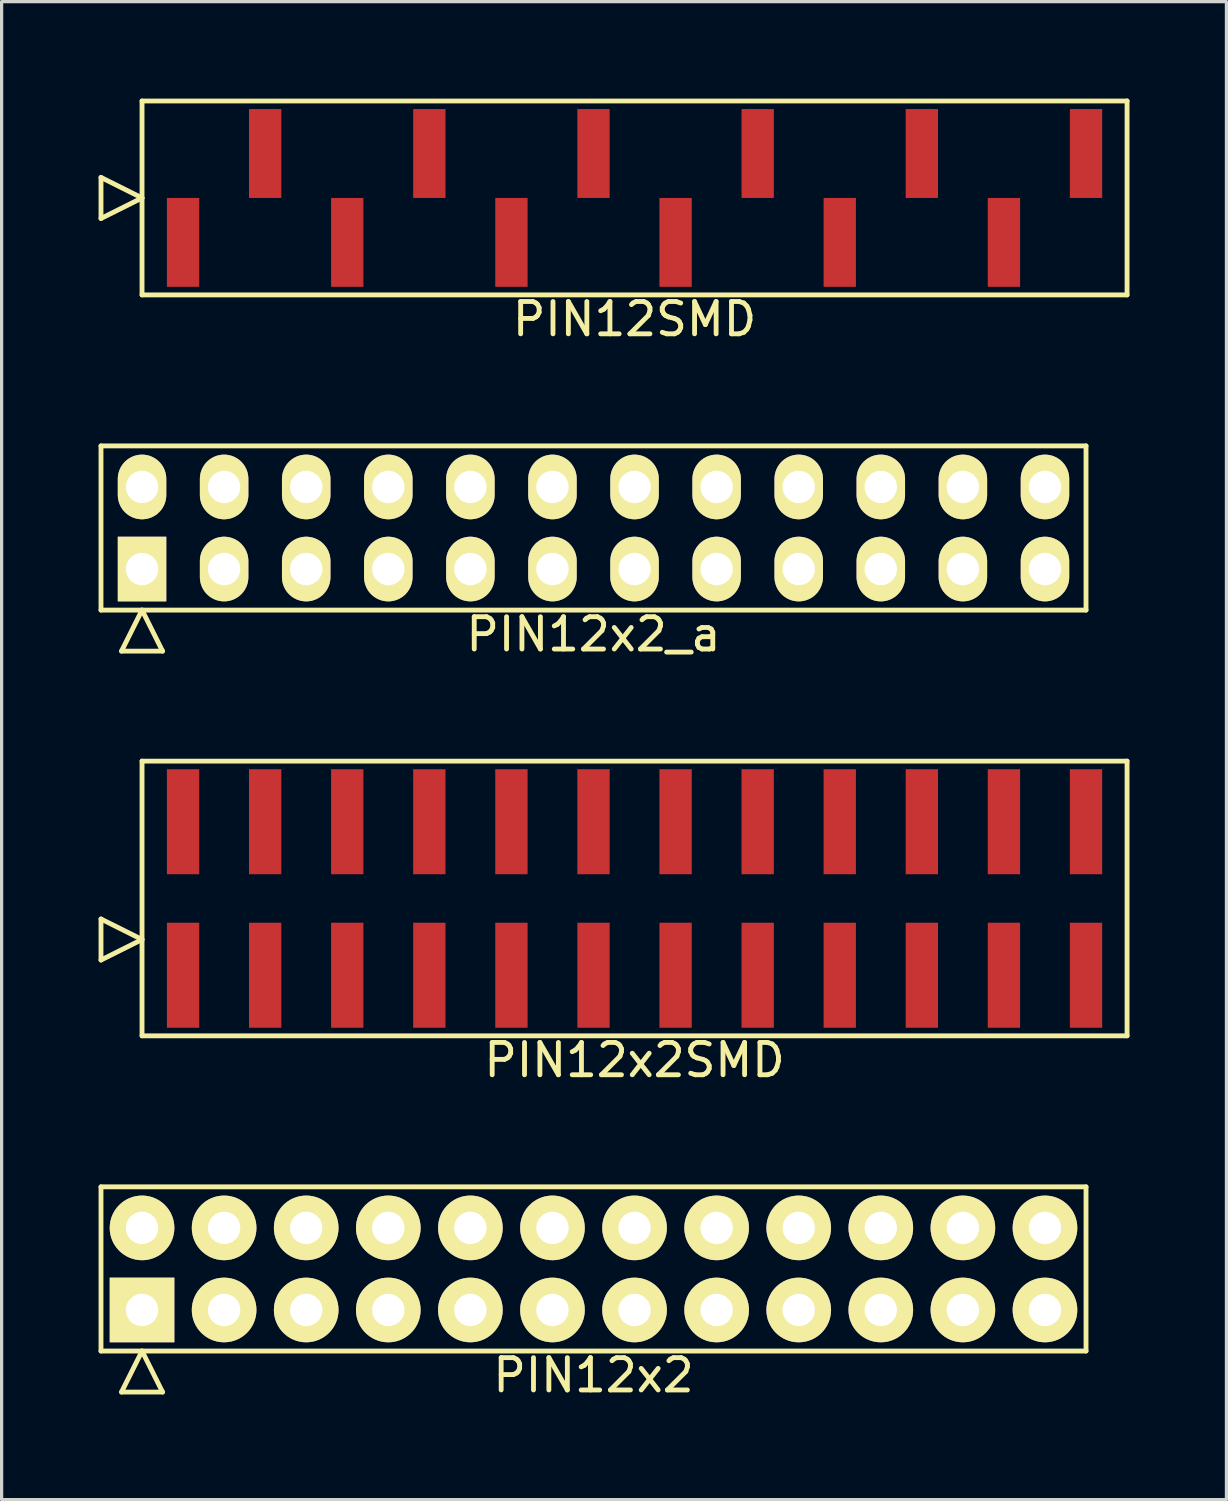
<source format=kicad_pcb>
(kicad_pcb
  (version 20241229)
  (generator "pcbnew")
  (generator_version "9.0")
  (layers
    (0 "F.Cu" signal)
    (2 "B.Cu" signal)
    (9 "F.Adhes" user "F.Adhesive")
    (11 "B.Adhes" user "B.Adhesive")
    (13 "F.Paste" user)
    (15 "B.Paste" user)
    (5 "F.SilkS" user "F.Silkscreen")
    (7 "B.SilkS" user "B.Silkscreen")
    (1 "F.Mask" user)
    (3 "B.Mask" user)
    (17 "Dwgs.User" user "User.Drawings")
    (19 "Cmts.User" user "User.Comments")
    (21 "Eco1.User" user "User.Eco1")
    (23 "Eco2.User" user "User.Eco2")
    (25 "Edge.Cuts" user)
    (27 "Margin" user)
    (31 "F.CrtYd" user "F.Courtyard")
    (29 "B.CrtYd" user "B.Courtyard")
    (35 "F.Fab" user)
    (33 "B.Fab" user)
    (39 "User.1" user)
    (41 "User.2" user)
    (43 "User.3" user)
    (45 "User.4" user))
  (footprint "PIN12x2SMD"
    (layer "F.Cu")
    (at 16.585 24.752)
    (property "Reference" "PIN12x2SMD" (at 0 5 0) (layer "F.SilkS") (effects (font (size 1 1) (thickness 0.15))))
    (attr through_hole)
    (fp_line (start -16.51 1.905) (end -16.51 0.635) (stroke (width 0.15) (type solid)) (layer "F.SilkS"))
    (fp_line (start -15.24 -4.25) (end -15.24 4.25) (stroke (width 0.15) (type solid)) (layer "F.SilkS"))
    (fp_line (start -15.24 1.27) (end -16.51 0.635) (stroke (width 0.15) (type solid)) (layer "F.SilkS"))
    (fp_line (start -15.24 1.27) (end -16.51 1.905) (stroke (width 0.15) (type solid)) (layer "F.SilkS"))
    (fp_line (start -15.24 4.25) (end 15.24 4.25) (stroke (width 0.15) (type solid)) (layer "F.SilkS"))
    (fp_line (start 15.24 -4.25) (end -15.24 -4.25) (stroke (width 0.15) (type solid)) (layer "F.SilkS"))
    (fp_line (start 15.24 4.25) (end 15.24 -4.25) (stroke (width 0.15) (type solid)) (layer "F.SilkS"))
    (pad "1" smd rect (at -13.97 2.375) (size 1 3.25) (layers "F.Cu" "F.Mask" "F.Paste"))
    (pad "2" smd rect (at -13.97 -2.375) (size 1 3.25) (layers "F.Cu" "F.Mask" "F.Paste"))
    (pad "3" smd rect (at -11.43 2.375) (size 1 3.25) (layers "F.Cu" "F.Mask" "F.Paste"))
    (pad "4" smd rect (at -11.43 -2.375) (size 1 3.25) (layers "F.Cu" "F.Mask" "F.Paste"))
    (pad "5" smd rect (at -8.89 2.375) (size 1 3.25) (layers "F.Cu" "F.Mask" "F.Paste"))
    (pad "6" smd rect (at -8.89 -2.375) (size 1 3.25) (layers "F.Cu" "F.Mask" "F.Paste"))
    (pad "7" smd rect (at -6.35 2.375) (size 1 3.25) (layers "F.Cu" "F.Mask" "F.Paste"))
    (pad "8" smd rect (at -6.35 -2.375) (size 1 3.25) (layers "F.Cu" "F.Mask" "F.Paste"))
    (pad "9" smd rect (at -3.81 2.375) (size 1 3.25) (layers "F.Cu" "F.Mask" "F.Paste"))
    (pad "10" smd rect (at -3.81 -2.375) (size 1 3.25) (layers "F.Cu" "F.Mask" "F.Paste"))
    (pad "11" smd rect (at -1.27 2.375) (size 1 3.25) (layers "F.Cu" "F.Mask" "F.Paste"))
    (pad "12" smd rect (at -1.27 -2.375) (size 1 3.25) (layers "F.Cu" "F.Mask" "F.Paste"))
    (pad "13" smd rect (at 1.27 2.375) (size 1 3.25) (layers "F.Cu" "F.Mask" "F.Paste"))
    (pad "14" smd rect (at 1.27 -2.375) (size 1 3.25) (layers "F.Cu" "F.Mask" "F.Paste"))
    (pad "15" smd rect (at 3.81 2.375) (size 1 3.25) (layers "F.Cu" "F.Mask" "F.Paste"))
    (pad "16" smd rect (at 3.81 -2.375) (size 1 3.25) (layers "F.Cu" "F.Mask" "F.Paste"))
    (pad "17" smd rect (at 6.35 2.375) (size 1 3.25) (layers "F.Cu" "F.Mask" "F.Paste"))
    (pad "18" smd rect (at 6.35 -2.375) (size 1 3.25) (layers "F.Cu" "F.Mask" "F.Paste"))
    (pad "19" smd rect (at 8.89 2.375) (size 1 3.25) (layers "F.Cu" "F.Mask" "F.Paste"))
    (pad "20" smd rect (at 8.89 -2.375) (size 1 3.25) (layers "F.Cu" "F.Mask" "F.Paste"))
    (pad "21" smd rect (at 11.43 2.375) (size 1 3.25) (layers "F.Cu" "F.Mask" "F.Paste"))
    (pad "22" smd rect (at 11.43 -2.375) (size 1 3.25) (layers "F.Cu" "F.Mask" "F.Paste"))
    (pad "23" smd rect (at 13.97 2.375) (size 1 3.25) (layers "F.Cu" "F.Mask" "F.Paste"))
    (pad "24" smd rect (at 13.97 -2.375) (size 1 3.25) (layers "F.Cu" "F.Mask" "F.Paste")))
  (footprint "PIN12x2_a"
    (layer "F.Cu")
    (at 15.315 13.288)
    (property "Reference" "PIN12x2_a" (at 0 3.29 0) (layer "F.SilkS") (effects (font (size 1 1) (thickness 0.15))))
    (attr through_hole)
    (fp_line (start -15.24 -2.54) (end -15.24 2.54) (stroke (width 0.15) (type solid)) (layer "F.SilkS"))
    (fp_line (start -15.24 2.54) (end 15.24 2.54) (stroke (width 0.15) (type solid)) (layer "F.SilkS"))
    (fp_line (start -14.605 3.81) (end -13.97 2.54) (stroke (width 0.15) (type solid)) (layer "F.SilkS"))
    (fp_line (start -14.605 3.81) (end -13.335 3.81) (stroke (width 0.15) (type solid)) (layer "F.SilkS"))
    (fp_line (start -13.335 3.81) (end -13.97 2.54) (stroke (width 0.15) (type solid)) (layer "F.SilkS"))
    (fp_line (start 15.24 -2.54) (end -15.24 -2.54) (stroke (width 0.15) (type solid)) (layer "F.SilkS"))
    (fp_line (start 15.24 2.54) (end 15.24 -2.54) (stroke (width 0.15) (type solid)) (layer "F.SilkS"))
    (pad "1" thru_hole rect (at -13.97 1.27) (size 1.5 2) (drill 1) (layers "*.Cu" "*.Mask" "F.SilkS"))
    (pad "2" thru_hole oval (at -13.97 -1.27) (size 1.5 2) (drill 1) (layers "*.Cu" "*.Mask" "F.SilkS"))
    (pad "3" thru_hole oval (at -11.43 1.27) (size 1.5 2) (drill 1) (layers "*.Cu" "*.Mask" "F.SilkS"))
    (pad "4" thru_hole oval (at -11.43 -1.27) (size 1.5 2) (drill 1) (layers "*.Cu" "*.Mask" "F.SilkS"))
    (pad "5" thru_hole oval (at -8.89 1.27) (size 1.5 2) (drill 1) (layers "*.Cu" "*.Mask" "F.SilkS"))
    (pad "6" thru_hole oval (at -8.89 -1.27) (size 1.5 2) (drill 1) (layers "*.Cu" "*.Mask" "F.SilkS"))
    (pad "7" thru_hole oval (at -6.35 1.27) (size 1.5 2) (drill 1) (layers "*.Cu" "*.Mask" "F.SilkS"))
    (pad "8" thru_hole oval (at -6.35 -1.27) (size 1.5 2) (drill 1) (layers "*.Cu" "*.Mask" "F.SilkS"))
    (pad "9" thru_hole oval (at -3.81 1.27) (size 1.5 2) (drill 1) (layers "*.Cu" "*.Mask" "F.SilkS"))
    (pad "10" thru_hole oval (at -3.81 -1.27) (size 1.5 2) (drill 1) (layers "*.Cu" "*.Mask" "F.SilkS"))
    (pad "11" thru_hole oval (at -1.27 1.27) (size 1.5 2) (drill 1) (layers "*.Cu" "*.Mask" "F.SilkS"))
    (pad "12" thru_hole oval (at -1.27 -1.27) (size 1.5 2) (drill 1) (layers "*.Cu" "*.Mask" "F.SilkS"))
    (pad "13" thru_hole oval (at 1.27 1.27) (size 1.5 2) (drill 1) (layers "*.Cu" "*.Mask" "F.SilkS"))
    (pad "14" thru_hole oval (at 1.27 -1.27) (size 1.5 2) (drill 1) (layers "*.Cu" "*.Mask" "F.SilkS"))
    (pad "15" thru_hole oval (at 3.81 1.27) (size 1.5 2) (drill 1) (layers "*.Cu" "*.Mask" "F.SilkS"))
    (pad "16" thru_hole oval (at 3.81 -1.27) (size 1.5 2) (drill 1) (layers "*.Cu" "*.Mask" "F.SilkS"))
    (pad "17" thru_hole oval (at 6.35 1.27) (size 1.5 2) (drill 1) (layers "*.Cu" "*.Mask" "F.SilkS"))
    (pad "18" thru_hole oval (at 6.35 -1.27) (size 1.5 2) (drill 1) (layers "*.Cu" "*.Mask" "F.SilkS"))
    (pad "19" thru_hole oval (at 8.89 1.27) (size 1.5 2) (drill 1) (layers "*.Cu" "*.Mask" "F.SilkS"))
    (pad "20" thru_hole oval (at 8.89 -1.27) (size 1.5 2) (drill 1) (layers "*.Cu" "*.Mask" "F.SilkS"))
    (pad "21" thru_hole oval (at 11.43 1.27) (size 1.5 2) (drill 1) (layers "*.Cu" "*.Mask" "F.SilkS"))
    (pad "22" thru_hole oval (at 11.43 -1.27) (size 1.5 2) (drill 1) (layers "*.Cu" "*.Mask" "F.SilkS"))
    (pad "23" thru_hole oval (at 13.97 1.27) (size 1.5 2) (drill 1) (layers "*.Cu" "*.Mask" "F.SilkS"))
    (pad "24" thru_hole oval (at 13.97 -1.27) (size 1.5 2) (drill 1) (layers "*.Cu" "*.Mask" "F.SilkS")))
  (footprint "PIN12x2"
    (layer "F.Cu")
    (at 15.315 36.215)
    (property "Reference" "PIN12x2" (at 0 3.29 0) (layer "F.SilkS") (effects (font (size 1 1) (thickness 0.15))))
    (attr through_hole)
    (fp_line (start -15.24 -2.54) (end -15.24 2.54) (stroke (width 0.15) (type solid)) (layer "F.SilkS"))
    (fp_line (start -15.24 2.54) (end 15.24 2.54) (stroke (width 0.15) (type solid)) (layer "F.SilkS"))
    (fp_line (start -14.605 3.81) (end -13.97 2.54) (stroke (width 0.15) (type solid)) (layer "F.SilkS"))
    (fp_line (start -14.605 3.81) (end -13.335 3.81) (stroke (width 0.15) (type solid)) (layer "F.SilkS"))
    (fp_line (start -13.335 3.81) (end -13.97 2.54) (stroke (width 0.15) (type solid)) (layer "F.SilkS"))
    (fp_line (start 15.24 -2.54) (end -15.24 -2.54) (stroke (width 0.15) (type solid)) (layer "F.SilkS"))
    (fp_line (start 15.24 2.54) (end 15.24 -2.54) (stroke (width 0.15) (type solid)) (layer "F.SilkS"))
    (pad "1" thru_hole rect (at -13.97 1.27) (size 2 2) (drill 1) (layers "*.Cu" "*.Mask" "F.SilkS"))
    (pad "2" thru_hole oval (at -13.97 -1.27) (size 2 2) (drill 1) (layers "*.Cu" "*.Mask" "F.SilkS"))
    (pad "3" thru_hole oval (at -11.43 1.27) (size 2 2) (drill 1) (layers "*.Cu" "*.Mask" "F.SilkS"))
    (pad "4" thru_hole oval (at -11.43 -1.27) (size 2 2) (drill 1) (layers "*.Cu" "*.Mask" "F.SilkS"))
    (pad "5" thru_hole oval (at -8.89 1.27) (size 2 2) (drill 1) (layers "*.Cu" "*.Mask" "F.SilkS"))
    (pad "6" thru_hole oval (at -8.89 -1.27) (size 2 2) (drill 1) (layers "*.Cu" "*.Mask" "F.SilkS"))
    (pad "7" thru_hole oval (at -6.35 1.27) (size 2 2) (drill 1) (layers "*.Cu" "*.Mask" "F.SilkS"))
    (pad "8" thru_hole oval (at -6.35 -1.27) (size 2 2) (drill 1) (layers "*.Cu" "*.Mask" "F.SilkS"))
    (pad "9" thru_hole oval (at -3.81 1.27) (size 2 2) (drill 1) (layers "*.Cu" "*.Mask" "F.SilkS"))
    (pad "10" thru_hole oval (at -3.81 -1.27) (size 2 2) (drill 1) (layers "*.Cu" "*.Mask" "F.SilkS"))
    (pad "11" thru_hole oval (at -1.27 1.27) (size 2 2) (drill 1) (layers "*.Cu" "*.Mask" "F.SilkS"))
    (pad "12" thru_hole oval (at -1.27 -1.27) (size 2 2) (drill 1) (layers "*.Cu" "*.Mask" "F.SilkS"))
    (pad "13" thru_hole oval (at 1.27 1.27) (size 2 2) (drill 1) (layers "*.Cu" "*.Mask" "F.SilkS"))
    (pad "14" thru_hole oval (at 1.27 -1.27) (size 2 2) (drill 1) (layers "*.Cu" "*.Mask" "F.SilkS"))
    (pad "15" thru_hole oval (at 3.81 1.27) (size 2 2) (drill 1) (layers "*.Cu" "*.Mask" "F.SilkS"))
    (pad "16" thru_hole oval (at 3.81 -1.27) (size 2 2) (drill 1) (layers "*.Cu" "*.Mask" "F.SilkS"))
    (pad "17" thru_hole oval (at 6.35 1.27) (size 2 2) (drill 1) (layers "*.Cu" "*.Mask" "F.SilkS"))
    (pad "18" thru_hole oval (at 6.35 -1.27) (size 2 2) (drill 1) (layers "*.Cu" "*.Mask" "F.SilkS"))
    (pad "19" thru_hole oval (at 8.89 1.27) (size 2 2) (drill 1) (layers "*.Cu" "*.Mask" "F.SilkS"))
    (pad "20" thru_hole oval (at 8.89 -1.27) (size 2 2) (drill 1) (layers "*.Cu" "*.Mask" "F.SilkS"))
    (pad "21" thru_hole oval (at 11.43 1.27) (size 2 2) (drill 1) (layers "*.Cu" "*.Mask" "F.SilkS"))
    (pad "22" thru_hole oval (at 11.43 -1.27) (size 2 2) (drill 1) (layers "*.Cu" "*.Mask" "F.SilkS"))
    (pad "23" thru_hole oval (at 13.97 1.27) (size 2 2) (drill 1) (layers "*.Cu" "*.Mask" "F.SilkS"))
    (pad "24" thru_hole oval (at 13.97 -1.27) (size 2 2) (drill 1) (layers "*.Cu" "*.Mask" "F.SilkS")))
  (footprint "PIN12SMD"
    (layer "F.Cu")
    (at 16.585 3.075)
    (property "Reference" "PIN12SMD" (at 0 3.75 0) (layer "F.SilkS") (effects (font (size 1 1) (thickness 0.15))))
    (attr through_hole)
    (fp_line (start -16.51 0.635) (end -16.51 -0.635) (stroke (width 0.15) (type solid)) (layer "F.SilkS"))
    (fp_line (start -15.24 -3) (end -15.24 3) (stroke (width 0.15) (type solid)) (layer "F.SilkS"))
    (fp_line (start -15.24 0) (end -16.51 -0.635) (stroke (width 0.15) (type solid)) (layer "F.SilkS"))
    (fp_line (start -15.24 0) (end -16.51 0.635) (stroke (width 0.15) (type solid)) (layer "F.SilkS"))
    (fp_line (start -15.24 3) (end 15.24 3) (stroke (width 0.15) (type solid)) (layer "F.SilkS"))
    (fp_line (start 15.24 -3) (end -15.24 -3) (stroke (width 0.15) (type solid)) (layer "F.SilkS"))
    (fp_line (start 15.24 3) (end 15.24 -3) (stroke (width 0.15) (type solid)) (layer "F.SilkS"))
    (pad "1" smd rect (at -13.97 1.375) (size 1 2.75) (layers "F.Cu" "F.Mask" "F.Paste"))
    (pad "2" smd rect (at -11.43 -1.375) (size 1 2.75) (layers "F.Cu" "F.Mask" "F.Paste"))
    (pad "3" smd rect (at -8.89 1.375) (size 1 2.75) (layers "F.Cu" "F.Mask" "F.Paste"))
    (pad "4" smd rect (at -6.35 -1.375) (size 1 2.75) (layers "F.Cu" "F.Mask" "F.Paste"))
    (pad "5" smd rect (at -3.81 1.375) (size 1 2.75) (layers "F.Cu" "F.Mask" "F.Paste"))
    (pad "6" smd rect (at -1.27 -1.375) (size 1 2.75) (layers "F.Cu" "F.Mask" "F.Paste"))
    (pad "7" smd rect (at 1.27 1.375) (size 1 2.75) (layers "F.Cu" "F.Mask" "F.Paste"))
    (pad "8" smd rect (at 3.81 -1.375) (size 1 2.75) (layers "F.Cu" "F.Mask" "F.Paste"))
    (pad "9" smd rect (at 6.35 1.375) (size 1 2.75) (layers "F.Cu" "F.Mask" "F.Paste"))
    (pad "10" smd rect (at 8.89 -1.375) (size 1 2.75) (layers "F.Cu" "F.Mask" "F.Paste"))
    (pad "11" smd rect (at 11.43 1.375) (size 1 2.75) (layers "F.Cu" "F.Mask" "F.Paste"))
    (pad "12" smd rect (at 13.97 -1.375) (size 1 2.75) (layers "F.Cu" "F.Mask" "F.Paste")))
  (gr_rect
    (start -3 -3)
    (end 34.9 43.353)
    (stroke (width 0.1) (type default))
    (fill no)
    (layer "Edge.Cuts")))
</source>
